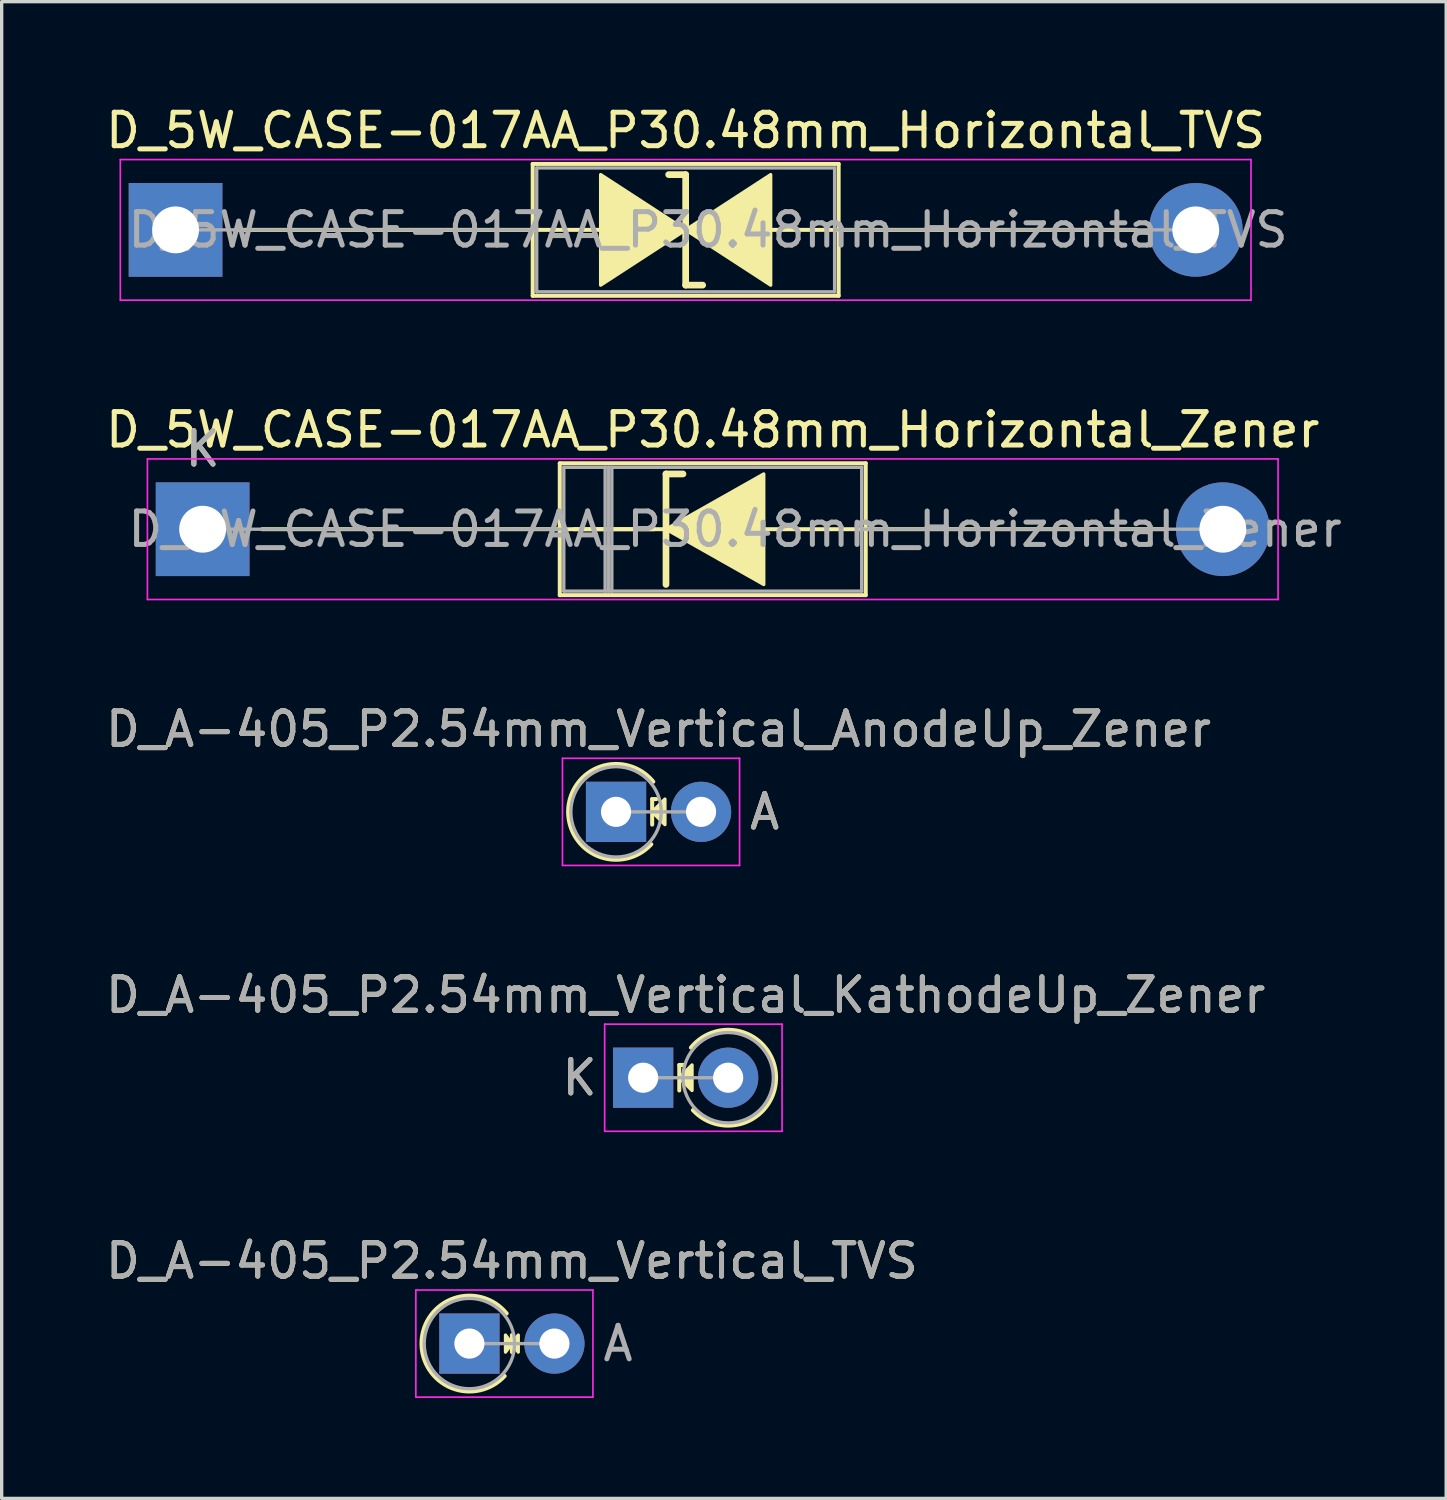
<source format=kicad_pcb>
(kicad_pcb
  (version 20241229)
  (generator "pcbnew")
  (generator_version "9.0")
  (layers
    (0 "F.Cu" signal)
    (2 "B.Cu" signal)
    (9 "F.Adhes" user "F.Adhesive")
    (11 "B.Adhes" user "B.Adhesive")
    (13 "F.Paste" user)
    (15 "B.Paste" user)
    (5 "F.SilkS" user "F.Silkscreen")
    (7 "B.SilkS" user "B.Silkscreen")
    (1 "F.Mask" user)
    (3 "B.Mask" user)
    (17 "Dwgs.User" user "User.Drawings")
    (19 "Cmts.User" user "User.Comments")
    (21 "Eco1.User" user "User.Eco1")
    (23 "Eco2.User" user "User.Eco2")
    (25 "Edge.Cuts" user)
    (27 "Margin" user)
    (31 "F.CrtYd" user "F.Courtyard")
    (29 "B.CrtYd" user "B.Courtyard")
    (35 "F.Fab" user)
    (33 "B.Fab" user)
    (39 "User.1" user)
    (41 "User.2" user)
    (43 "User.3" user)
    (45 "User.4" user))
  (footprint "D_5W_CASE-017AA_P30.48mm_Horizontal_Zener"
    (layer "F.Cu")
    (at 3.004 12.761)
    (property "Reference" "D_5W_CASE-017AA_P30.48mm_Horizontal_Zener" (at 15.24 -2.97 0) (layer "F.SilkS") (effects (font (size 1 1) (thickness 0.15))))
    (fp_line (start 1.778 0) (end 13.843 0) (stroke (width 0.12) (type solid)) (layer "F.SilkS"))
    (fp_line (start 10.67 -1.97) (end 10.67 1.97) (stroke (width 0.12) (type solid)) (layer "F.SilkS"))
    (fp_line (start 10.67 1.97) (end 19.81 1.97) (stroke (width 0.12) (type solid)) (layer "F.SilkS"))
    (fp_line (start 13.49 0) (end 11.09 0) (stroke (width 0.12) (type solid)) (layer "F.SilkS"))
    (fp_line (start 13.843 -1.651) (end 13.843 1.651) (stroke (width 0.2) (type solid)) (layer "F.SilkS"))
    (fp_line (start 13.843 -1.651) (end 14.351 -1.651) (stroke (width 0.2) (type solid)) (layer "F.SilkS"))
    (fp_line (start 19.81 -1.97) (end 10.67 -1.97) (stroke (width 0.12) (type solid)) (layer "F.SilkS"))
    (fp_line (start 19.81 1.97) (end 19.81 -1.97) (stroke (width 0.12) (type solid)) (layer "F.SilkS"))
    (fp_line (start 28.702 0) (end 16.51 0) (stroke (width 0.12) (type solid)) (layer "F.SilkS"))
    (fp_poly (pts (xy 16.764 1.651) (xy 13.843 0) (xy 16.764 -1.651)) (stroke (width 0.1) (type solid)) (fill yes) (layer "F.SilkS"))
    (fp_line (start -1.65 -2.1) (end -1.65 2.1) (stroke (width 0.05) (type solid)) (layer "F.CrtYd"))
    (fp_line (start -1.65 2.1) (end 32.13 2.1) (stroke (width 0.05) (type solid)) (layer "F.CrtYd"))
    (fp_line (start 32.13 -2.1) (end -1.65 -2.1) (stroke (width 0.05) (type solid)) (layer "F.CrtYd"))
    (fp_line (start 32.13 2.1) (end 32.13 -2.1) (stroke (width 0.05) (type solid)) (layer "F.CrtYd"))
    (fp_line (start 0 0) (end 10.79 0) (stroke (width 0.1) (type solid)) (layer "F.Fab"))
    (fp_line (start 10.79 -1.85) (end 10.79 1.85) (stroke (width 0.1) (type solid)) (layer "F.Fab"))
    (fp_line (start 10.79 1.85) (end 19.69 1.85) (stroke (width 0.1) (type solid)) (layer "F.Fab"))
    (fp_line (start 12.025 -1.85) (end 12.025 1.85) (stroke (width 0.1) (type solid)) (layer "F.Fab"))
    (fp_line (start 12.125 -1.85) (end 12.125 1.85) (stroke (width 0.1) (type solid)) (layer "F.Fab"))
    (fp_line (start 12.225 -1.85) (end 12.225 1.85) (stroke (width 0.1) (type solid)) (layer "F.Fab"))
    (fp_line (start 19.69 -1.85) (end 10.79 -1.85) (stroke (width 0.1) (type solid)) (layer "F.Fab"))
    (fp_line (start 19.69 1.85) (end 19.69 -1.85) (stroke (width 0.1) (type solid)) (layer "F.Fab"))
    (fp_line (start 30.48 0) (end 19.69 0) (stroke (width 0.1) (type solid)) (layer "F.Fab"))
    (fp_text user "K" (at 0 -2.4 0) (layer "F.SilkS") (effects (font (size 1 1) (thickness 0.15))))
    (fp_text user "K" (at 0 -2.4 0) (layer "F.Fab") (effects (font (size 1 1) (thickness 0.15))))
    (fp_text user "${REFERENCE}" (at 15.908 0 0) (layer "F.Fab") (effects (font (size 1 1) (thickness 0.15))))
    (pad "1" thru_hole rect (at 0 0) (size 2.8 2.8) (drill 1.4) (layers "*.Cu" "*.Mask"))
    (pad "2" thru_hole oval (at 30.48 0) (size 2.8 2.8) (drill 1.4) (layers "*.Cu" "*.Mask")))
  (footprint "D_A-405_P2.54mm_Vertical_AnodeUp_Zener"
    (layer "F.Cu")
    (at 15.355 21.205)
    (property "Reference" "D_A-405_P2.54mm_Vertical_AnodeUp_Zener" (at 1.27 -2.47 0) (layer "F.SilkS") (effects (font (size 1 1) (thickness 0.15))))
    (attr through_hole)
    (fp_line (start 1.079 -0.381) (end 1.079 0.381) (stroke (width 0.12) (type solid)) (layer "F.SilkS"))
    (fp_line (start 1.079 -0.381) (end 1.206 -0.381) (stroke (width 0.12) (type solid)) (layer "F.SilkS"))
    (fp_arc (start 1.05385 0.968866) (mid -1.430816 -0.045469) (end 1.113239 -0.9) (stroke (width 0.12) (type solid)) (layer "F.SilkS"))
    (fp_poly (pts (xy 1.46 0.381) (xy 1.079 0) (xy 1.46 -0.381)) (stroke (width 0.1) (type solid)) (fill yes) (layer "F.SilkS"))
    (fp_line (start -1.6 -1.6) (end -1.6 1.6) (stroke (width 0.05) (type solid)) (layer "F.CrtYd"))
    (fp_line (start -1.6 1.6) (end 3.69 1.6) (stroke (width 0.05) (type solid)) (layer "F.CrtYd"))
    (fp_line (start 3.69 -1.6) (end -1.6 -1.6) (stroke (width 0.05) (type solid)) (layer "F.CrtYd"))
    (fp_line (start 3.69 1.6) (end 3.69 -1.6) (stroke (width 0.05) (type solid)) (layer "F.CrtYd"))
    (fp_line (start 0 0) (end 2.54 0) (stroke (width 0.1) (type solid)) (layer "F.Fab"))
    (fp_circle (center 0 0) (end 1.35 0) (stroke (width 0.1) (type solid)) (fill no) (layer "F.Fab"))
    (fp_text user "A" (at 4.44 0 0) (layer "F.SilkS") (effects (font (size 1 1) (thickness 0.15))))
    (fp_text user "${REFERENCE}" (at 1.27 -2.47 0) (layer "F.Fab") (effects (font (size 1 1) (thickness 0.15))))
    (fp_text user "A" (at 4.44 0 0) (layer "F.Fab") (effects (font (size 1 1) (thickness 0.15))))
    (pad "1" thru_hole rect (at 0 0) (size 1.8 1.8) (drill 0.9) (layers "*.Cu" "*.Mask"))
    (pad "2" thru_hole oval (at 2.54 0) (size 1.8 1.8) (drill 0.9) (layers "*.Cu" "*.Mask")))
  (footprint "D_A-405_P2.54mm_Vertical_KathodeUp_Zener"
    (layer "F.Cu")
    (at 16.165 29.148)
    (property "Reference" "D_A-405_P2.54mm_Vertical_KathodeUp_Zener" (at 1.27 -2.47 0) (layer "F.SilkS") (effects (font (size 1 1) (thickness 0.15))))
    (attr through_hole)
    (fp_line (start 1.079 -0.381) (end 1.079 0.381) (stroke (width 0.12) (type solid)) (layer "F.SilkS"))
    (fp_line (start 1.079 -0.381) (end 1.206 -0.381) (stroke (width 0.12) (type solid)) (layer "F.SilkS"))
    (fp_arc (start 1.426761 -0.9) (mid 3.970816 -0.045469) (end 1.48615 0.968866) (stroke (width 0.12) (type solid)) (layer "F.SilkS"))
    (fp_poly (pts (xy 1.46 0.381) (xy 1.079 0) (xy 1.46 -0.381)) (stroke (width 0.1) (type solid)) (fill yes) (layer "F.SilkS"))
    (fp_line (start -1.15 -1.6) (end -1.15 1.6) (stroke (width 0.05) (type solid)) (layer "F.CrtYd"))
    (fp_line (start -1.15 1.6) (end 4.15 1.6) (stroke (width 0.05) (type solid)) (layer "F.CrtYd"))
    (fp_line (start 4.15 -1.6) (end -1.15 -1.6) (stroke (width 0.05) (type solid)) (layer "F.CrtYd"))
    (fp_line (start 4.15 1.6) (end 4.15 -1.6) (stroke (width 0.05) (type solid)) (layer "F.CrtYd"))
    (fp_line (start 0 0) (end 2.54 0) (stroke (width 0.1) (type solid)) (layer "F.Fab"))
    (fp_circle (center 2.54 0) (end 3.89 0) (stroke (width 0.1) (type solid)) (fill no) (layer "F.Fab"))
    (fp_text user "K" (at -1.9 0 0) (layer "F.SilkS") (effects (font (size 1 1) (thickness 0.15))))
    (fp_text user "${REFERENCE}" (at 1.27 -2.47 0) (layer "F.Fab") (effects (font (size 1 1) (thickness 0.15))))
    (fp_text user "K" (at -1.9 0 0) (layer "F.Fab") (effects (font (size 1 1) (thickness 0.15))))
    (pad "1" thru_hole rect (at 0 0) (size 1.8 1.8) (drill 0.9) (layers "*.Cu" "*.Mask"))
    (pad "2" thru_hole oval (at 2.54 0) (size 1.8 1.8) (drill 0.9) (layers "*.Cu" "*.Mask")))
  (footprint "D_5W_CASE-017AA_P30.48mm_Horizontal_TVS"
    (layer "F.Cu")
    (at 2.195 3.818)
    (property "Reference" "D_5W_CASE-017AA_P30.48mm_Horizontal_TVS" (at 15.24 -2.97 0) (layer "F.SilkS") (effects (font (size 1 1) (thickness 0.15))))
    (fp_line (start 1.778 0) (end 10.67 0) (stroke (width 0.12) (type solid)) (layer "F.SilkS"))
    (fp_line (start 10.668 0) (end 12.7 0) (stroke (width 0.12) (type solid)) (layer "F.SilkS"))
    (fp_line (start 10.67 -1.97) (end 10.67 1.97) (stroke (width 0.12) (type solid)) (layer "F.SilkS"))
    (fp_line (start 10.67 1.97) (end 19.81 1.97) (stroke (width 0.12) (type solid)) (layer "F.SilkS"))
    (fp_line (start 15.24 -1.651) (end 14.732 -1.651) (stroke (width 0.2) (type solid)) (layer "F.SilkS"))
    (fp_line (start 15.24 1.651) (end 15.24 -1.651) (stroke (width 0.2) (type solid)) (layer "F.SilkS"))
    (fp_line (start 15.748 1.651) (end 15.24 1.651) (stroke (width 0.2) (type solid)) (layer "F.SilkS"))
    (fp_line (start 19.81 -1.97) (end 10.67 -1.97) (stroke (width 0.12) (type solid)) (layer "F.SilkS"))
    (fp_line (start 19.81 0) (end 17.78 0) (stroke (width 0.12) (type solid)) (layer "F.SilkS"))
    (fp_line (start 19.81 1.97) (end 19.81 -1.97) (stroke (width 0.12) (type solid)) (layer "F.SilkS"))
    (fp_line (start 28.702 0) (end 19.81 0) (stroke (width 0.12) (type solid)) (layer "F.SilkS"))
    (fp_poly (pts (xy 15.24 0) (xy 12.7 1.651) (xy 12.7 -1.651)) (stroke (width 0.1) (type solid)) (fill yes) (layer "F.SilkS"))
    (fp_poly (pts (xy 15.24 0) (xy 17.78 -1.651) (xy 17.78 1.651)) (stroke (width 0.1) (type solid)) (fill yes) (layer "F.SilkS"))
    (fp_line (start -1.65 -2.1) (end -1.65 2.1) (stroke (width 0.05) (type solid)) (layer "F.CrtYd"))
    (fp_line (start -1.65 2.1) (end 32.13 2.1) (stroke (width 0.05) (type solid)) (layer "F.CrtYd"))
    (fp_line (start 32.13 -2.1) (end -1.65 -2.1) (stroke (width 0.05) (type solid)) (layer "F.CrtYd"))
    (fp_line (start 32.13 2.1) (end 32.13 -2.1) (stroke (width 0.05) (type solid)) (layer "F.CrtYd"))
    (fp_line (start 0 0) (end 10.79 0) (stroke (width 0.1) (type solid)) (layer "F.Fab"))
    (fp_line (start 10.79 -1.85) (end 10.79 1.85) (stroke (width 0.1) (type solid)) (layer "F.Fab"))
    (fp_line (start 10.79 1.85) (end 19.69 1.85) (stroke (width 0.1) (type solid)) (layer "F.Fab"))
    (fp_line (start 19.69 -1.85) (end 10.79 -1.85) (stroke (width 0.1) (type solid)) (layer "F.Fab"))
    (fp_line (start 19.69 1.85) (end 19.69 -1.85) (stroke (width 0.1) (type solid)) (layer "F.Fab"))
    (fp_line (start 30.48 0) (end 19.69 0) (stroke (width 0.1) (type solid)) (layer "F.Fab"))
    (fp_text user "${REFERENCE}" (at 15.908 0 0) (layer "F.Fab") (effects (font (size 1 1) (thickness 0.15))))
    (pad "1" thru_hole rect (at 0 0) (size 2.8 2.8) (drill 1.4) (layers "*.Cu" "*.Mask"))
    (pad "2" thru_hole oval (at 30.48 0) (size 2.8 2.8) (drill 1.4) (layers "*.Cu" "*.Mask")))
  (footprint "D_A-405_P2.54mm_Vertical_TVS"
    (layer "F.Cu")
    (at 10.974 37.091)
    (property "Reference" "D_A-405_P2.54mm_Vertical_TVS" (at 1.27 -2.47 0) (layer "F.SilkS") (effects (font (size 1 1) (thickness 0.15))))
    (attr through_hole)
    (fp_line (start 1.27 -0.254) (end 1.27 0.254) (stroke (width 0.12) (type solid)) (layer "F.SilkS"))
    (fp_arc (start 1.05385 0.968866) (mid -1.430816 -0.045469) (end 1.113239 -0.9) (stroke (width 0.12) (type solid)) (layer "F.SilkS"))
    (fp_poly (pts (xy 1.079 -0.254) (xy 1.27 0) (xy 1.079 0.254)) (stroke (width 0.1) (type solid)) (fill yes) (layer "F.SilkS"))
    (fp_poly (pts (xy 1.46 0.254) (xy 1.27 0) (xy 1.46 -0.254)) (stroke (width 0.1) (type solid)) (fill yes) (layer "F.SilkS"))
    (fp_line (start -1.6 -1.6) (end -1.6 1.6) (stroke (width 0.05) (type solid)) (layer "F.CrtYd"))
    (fp_line (start -1.6 1.6) (end 3.69 1.6) (stroke (width 0.05) (type solid)) (layer "F.CrtYd"))
    (fp_line (start 3.69 -1.6) (end -1.6 -1.6) (stroke (width 0.05) (type solid)) (layer "F.CrtYd"))
    (fp_line (start 3.69 1.6) (end 3.69 -1.6) (stroke (width 0.05) (type solid)) (layer "F.CrtYd"))
    (fp_line (start 0 0) (end 2.54 0) (stroke (width 0.1) (type solid)) (layer "F.Fab"))
    (fp_circle (center 0 0) (end 1.35 0) (stroke (width 0.1) (type solid)) (fill no) (layer "F.Fab"))
    (fp_text user "${REFERENCE}" (at 1.27 -2.47 0) (layer "F.Fab") (effects (font (size 1 1) (thickness 0.15))))
    (fp_text user "A" (at 4.44 0 0) (layer "F.Fab") (effects (font (size 1 1) (thickness 0.15))))
    (pad "1" thru_hole rect (at 0 0) (size 1.8 1.8) (drill 0.9) (layers "*.Cu" "*.Mask"))
    (pad "2" thru_hole oval (at 2.54 0) (size 1.8 1.8) (drill 0.9) (layers "*.Cu" "*.Mask")))
  (gr_rect
    (start -3 -3)
    (end 40.156 41.716)
    (stroke (width 0.1) (type default))
    (fill no)
    (layer "Edge.Cuts")))
</source>
